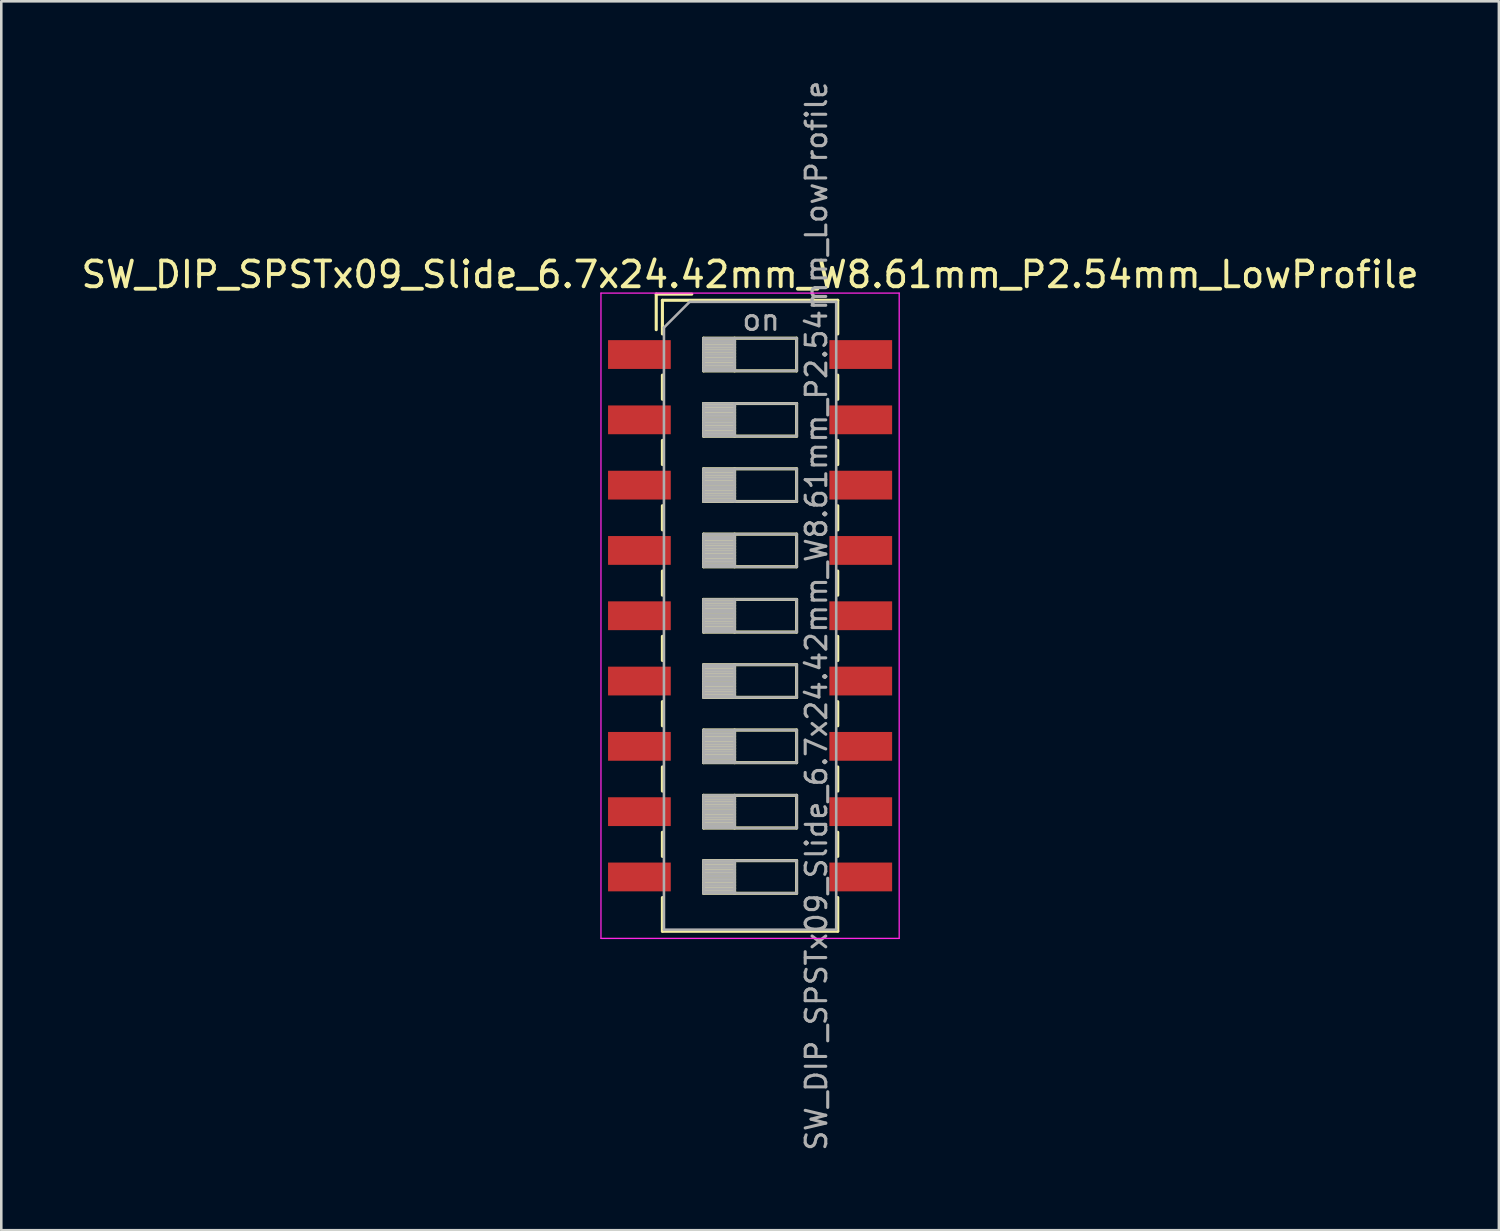
<source format=kicad_pcb>
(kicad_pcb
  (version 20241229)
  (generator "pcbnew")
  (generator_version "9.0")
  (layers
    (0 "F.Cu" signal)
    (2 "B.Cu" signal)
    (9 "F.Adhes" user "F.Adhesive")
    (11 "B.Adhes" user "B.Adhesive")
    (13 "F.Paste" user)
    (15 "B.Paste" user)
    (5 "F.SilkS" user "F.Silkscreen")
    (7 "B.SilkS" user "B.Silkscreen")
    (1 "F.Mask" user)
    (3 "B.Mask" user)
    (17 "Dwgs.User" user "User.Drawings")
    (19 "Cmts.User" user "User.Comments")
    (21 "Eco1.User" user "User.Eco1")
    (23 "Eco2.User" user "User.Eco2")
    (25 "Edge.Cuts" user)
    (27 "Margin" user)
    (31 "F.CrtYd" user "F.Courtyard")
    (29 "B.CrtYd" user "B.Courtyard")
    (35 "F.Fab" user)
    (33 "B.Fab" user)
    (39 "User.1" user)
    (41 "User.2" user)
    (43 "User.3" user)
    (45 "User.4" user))
  (footprint "SW_DIP_SPSTx09_Slide_6.7x24.42mm_W8.61mm_P2.54mm_LowProfile"
    (layer "F.Cu")
    (at 26.125 20.9)
    (property "Reference" "SW_DIP_SPSTx09_Slide_6.7x24.42mm_W8.61mm_P2.54mm_LowProfile" (at 0 -13.27 0) (layer "F.SilkS") (effects (font (size 1 1) (thickness 0.15))))
    (attr smd)
    (fp_line (start -3.65 -12.51) (end -3.65 -11.127) (stroke (width 0.12) (type solid)) (layer "F.SilkS"))
    (fp_line (start -3.65 -12.51) (end -2.267 -12.51) (stroke (width 0.12) (type solid)) (layer "F.SilkS"))
    (fp_line (start -3.41 -12.27) (end -3.41 -10.96) (stroke (width 0.12) (type solid)) (layer "F.SilkS"))
    (fp_line (start -3.41 -12.27) (end 3.41 -12.27) (stroke (width 0.12) (type solid)) (layer "F.SilkS"))
    (fp_line (start -3.41 -9.36) (end -3.41 -8.42) (stroke (width 0.12) (type solid)) (layer "F.SilkS"))
    (fp_line (start -3.41 -6.82) (end -3.41 -5.88) (stroke (width 0.12) (type solid)) (layer "F.SilkS"))
    (fp_line (start -3.41 -4.28) (end -3.41 -3.34) (stroke (width 0.12) (type solid)) (layer "F.SilkS"))
    (fp_line (start -3.41 -1.74) (end -3.41 -0.8) (stroke (width 0.12) (type solid)) (layer "F.SilkS"))
    (fp_line (start -3.41 0.8) (end -3.41 1.74) (stroke (width 0.12) (type solid)) (layer "F.SilkS"))
    (fp_line (start -3.41 3.34) (end -3.41 4.28) (stroke (width 0.12) (type solid)) (layer "F.SilkS"))
    (fp_line (start -3.41 5.88) (end -3.41 6.82) (stroke (width 0.12) (type solid)) (layer "F.SilkS"))
    (fp_line (start -3.41 8.42) (end -3.41 9.36) (stroke (width 0.12) (type solid)) (layer "F.SilkS"))
    (fp_line (start -3.41 10.96) (end -3.41 12.271) (stroke (width 0.12) (type solid)) (layer "F.SilkS"))
    (fp_line (start -3.41 12.271) (end 3.41 12.271) (stroke (width 0.12) (type solid)) (layer "F.SilkS"))
    (fp_line (start -1.81 -10.795) (end -1.81 -9.525) (stroke (width 0.12) (type solid)) (layer "F.SilkS"))
    (fp_line (start -1.81 -10.675) (end -0.603 -10.675) (stroke (width 0.12) (type solid)) (layer "F.SilkS"))
    (fp_line (start -1.81 -10.555) (end -0.603 -10.555) (stroke (width 0.12) (type solid)) (layer "F.SilkS"))
    (fp_line (start -1.81 -10.435) (end -0.603 -10.435) (stroke (width 0.12) (type solid)) (layer "F.SilkS"))
    (fp_line (start -1.81 -10.315) (end -0.603 -10.315) (stroke (width 0.12) (type solid)) (layer "F.SilkS"))
    (fp_line (start -1.81 -10.195) (end -0.603 -10.195) (stroke (width 0.12) (type solid)) (layer "F.SilkS"))
    (fp_line (start -1.81 -10.075) (end -0.603 -10.075) (stroke (width 0.12) (type solid)) (layer "F.SilkS"))
    (fp_line (start -1.81 -9.955) (end -0.603 -9.955) (stroke (width 0.12) (type solid)) (layer "F.SilkS"))
    (fp_line (start -1.81 -9.835) (end -0.603 -9.835) (stroke (width 0.12) (type solid)) (layer "F.SilkS"))
    (fp_line (start -1.81 -9.715) (end -0.603 -9.715) (stroke (width 0.12) (type solid)) (layer "F.SilkS"))
    (fp_line (start -1.81 -9.595) (end -0.603 -9.595) (stroke (width 0.12) (type solid)) (layer "F.SilkS"))
    (fp_line (start -1.81 -9.525) (end 1.81 -9.525) (stroke (width 0.12) (type solid)) (layer "F.SilkS"))
    (fp_line (start -1.81 -8.255) (end -1.81 -6.985) (stroke (width 0.12) (type solid)) (layer "F.SilkS"))
    (fp_line (start -1.81 -8.135) (end -0.603 -8.135) (stroke (width 0.12) (type solid)) (layer "F.SilkS"))
    (fp_line (start -1.81 -8.015) (end -0.603 -8.015) (stroke (width 0.12) (type solid)) (layer "F.SilkS"))
    (fp_line (start -1.81 -7.895) (end -0.603 -7.895) (stroke (width 0.12) (type solid)) (layer "F.SilkS"))
    (fp_line (start -1.81 -7.775) (end -0.603 -7.775) (stroke (width 0.12) (type solid)) (layer "F.SilkS"))
    (fp_line (start -1.81 -7.655) (end -0.603 -7.655) (stroke (width 0.12) (type solid)) (layer "F.SilkS"))
    (fp_line (start -1.81 -7.535) (end -0.603 -7.535) (stroke (width 0.12) (type solid)) (layer "F.SilkS"))
    (fp_line (start -1.81 -7.415) (end -0.603 -7.415) (stroke (width 0.12) (type solid)) (layer "F.SilkS"))
    (fp_line (start -1.81 -7.295) (end -0.603 -7.295) (stroke (width 0.12) (type solid)) (layer "F.SilkS"))
    (fp_line (start -1.81 -7.175) (end -0.603 -7.175) (stroke (width 0.12) (type solid)) (layer "F.SilkS"))
    (fp_line (start -1.81 -7.055) (end -0.603 -7.055) (stroke (width 0.12) (type solid)) (layer "F.SilkS"))
    (fp_line (start -1.81 -6.985) (end 1.81 -6.985) (stroke (width 0.12) (type solid)) (layer "F.SilkS"))
    (fp_line (start -1.81 -5.715) (end -1.81 -4.445) (stroke (width 0.12) (type solid)) (layer "F.SilkS"))
    (fp_line (start -1.81 -5.595) (end -0.603 -5.595) (stroke (width 0.12) (type solid)) (layer "F.SilkS"))
    (fp_line (start -1.81 -5.475) (end -0.603 -5.475) (stroke (width 0.12) (type solid)) (layer "F.SilkS"))
    (fp_line (start -1.81 -5.355) (end -0.603 -5.355) (stroke (width 0.12) (type solid)) (layer "F.SilkS"))
    (fp_line (start -1.81 -5.235) (end -0.603 -5.235) (stroke (width 0.12) (type solid)) (layer "F.SilkS"))
    (fp_line (start -1.81 -5.115) (end -0.603 -5.115) (stroke (width 0.12) (type solid)) (layer "F.SilkS"))
    (fp_line (start -1.81 -4.995) (end -0.603 -4.995) (stroke (width 0.12) (type solid)) (layer "F.SilkS"))
    (fp_line (start -1.81 -4.875) (end -0.603 -4.875) (stroke (width 0.12) (type solid)) (layer "F.SilkS"))
    (fp_line (start -1.81 -4.755) (end -0.603 -4.755) (stroke (width 0.12) (type solid)) (layer "F.SilkS"))
    (fp_line (start -1.81 -4.635) (end -0.603 -4.635) (stroke (width 0.12) (type solid)) (layer "F.SilkS"))
    (fp_line (start -1.81 -4.515) (end -0.603 -4.515) (stroke (width 0.12) (type solid)) (layer "F.SilkS"))
    (fp_line (start -1.81 -4.445) (end 1.81 -4.445) (stroke (width 0.12) (type solid)) (layer "F.SilkS"))
    (fp_line (start -1.81 -3.175) (end -1.81 -1.905) (stroke (width 0.12) (type solid)) (layer "F.SilkS"))
    (fp_line (start -1.81 -3.055) (end -0.603 -3.055) (stroke (width 0.12) (type solid)) (layer "F.SilkS"))
    (fp_line (start -1.81 -2.935) (end -0.603 -2.935) (stroke (width 0.12) (type solid)) (layer "F.SilkS"))
    (fp_line (start -1.81 -2.815) (end -0.603 -2.815) (stroke (width 0.12) (type solid)) (layer "F.SilkS"))
    (fp_line (start -1.81 -2.695) (end -0.603 -2.695) (stroke (width 0.12) (type solid)) (layer "F.SilkS"))
    (fp_line (start -1.81 -2.575) (end -0.603 -2.575) (stroke (width 0.12) (type solid)) (layer "F.SilkS"))
    (fp_line (start -1.81 -2.455) (end -0.603 -2.455) (stroke (width 0.12) (type solid)) (layer "F.SilkS"))
    (fp_line (start -1.81 -2.335) (end -0.603 -2.335) (stroke (width 0.12) (type solid)) (layer "F.SilkS"))
    (fp_line (start -1.81 -2.215) (end -0.603 -2.215) (stroke (width 0.12) (type solid)) (layer "F.SilkS"))
    (fp_line (start -1.81 -2.095) (end -0.603 -2.095) (stroke (width 0.12) (type solid)) (layer "F.SilkS"))
    (fp_line (start -1.81 -1.975) (end -0.603 -1.975) (stroke (width 0.12) (type solid)) (layer "F.SilkS"))
    (fp_line (start -1.81 -1.905) (end 1.81 -1.905) (stroke (width 0.12) (type solid)) (layer "F.SilkS"))
    (fp_line (start -1.81 -0.635) (end -1.81 0.635) (stroke (width 0.12) (type solid)) (layer "F.SilkS"))
    (fp_line (start -1.81 -0.515) (end -0.603 -0.515) (stroke (width 0.12) (type solid)) (layer "F.SilkS"))
    (fp_line (start -1.81 -0.395) (end -0.603 -0.395) (stroke (width 0.12) (type solid)) (layer "F.SilkS"))
    (fp_line (start -1.81 -0.275) (end -0.603 -0.275) (stroke (width 0.12) (type solid)) (layer "F.SilkS"))
    (fp_line (start -1.81 -0.155) (end -0.603 -0.155) (stroke (width 0.12) (type solid)) (layer "F.SilkS"))
    (fp_line (start -1.81 -0.035) (end -0.603 -0.035) (stroke (width 0.12) (type solid)) (layer "F.SilkS"))
    (fp_line (start -1.81 0.085) (end -0.603 0.085) (stroke (width 0.12) (type solid)) (layer "F.SilkS"))
    (fp_line (start -1.81 0.205) (end -0.603 0.205) (stroke (width 0.12) (type solid)) (layer "F.SilkS"))
    (fp_line (start -1.81 0.325) (end -0.603 0.325) (stroke (width 0.12) (type solid)) (layer "F.SilkS"))
    (fp_line (start -1.81 0.445) (end -0.603 0.445) (stroke (width 0.12) (type solid)) (layer "F.SilkS"))
    (fp_line (start -1.81 0.565) (end -0.603 0.565) (stroke (width 0.12) (type solid)) (layer "F.SilkS"))
    (fp_line (start -1.81 0.635) (end 1.81 0.635) (stroke (width 0.12) (type solid)) (layer "F.SilkS"))
    (fp_line (start -1.81 1.905) (end -1.81 3.175) (stroke (width 0.12) (type solid)) (layer "F.SilkS"))
    (fp_line (start -1.81 2.025) (end -0.603 2.025) (stroke (width 0.12) (type solid)) (layer "F.SilkS"))
    (fp_line (start -1.81 2.145) (end -0.603 2.145) (stroke (width 0.12) (type solid)) (layer "F.SilkS"))
    (fp_line (start -1.81 2.265) (end -0.603 2.265) (stroke (width 0.12) (type solid)) (layer "F.SilkS"))
    (fp_line (start -1.81 2.385) (end -0.603 2.385) (stroke (width 0.12) (type solid)) (layer "F.SilkS"))
    (fp_line (start -1.81 2.505) (end -0.603 2.505) (stroke (width 0.12) (type solid)) (layer "F.SilkS"))
    (fp_line (start -1.81 2.625) (end -0.603 2.625) (stroke (width 0.12) (type solid)) (layer "F.SilkS"))
    (fp_line (start -1.81 2.745) (end -0.603 2.745) (stroke (width 0.12) (type solid)) (layer "F.SilkS"))
    (fp_line (start -1.81 2.865) (end -0.603 2.865) (stroke (width 0.12) (type solid)) (layer "F.SilkS"))
    (fp_line (start -1.81 2.985) (end -0.603 2.985) (stroke (width 0.12) (type solid)) (layer "F.SilkS"))
    (fp_line (start -1.81 3.105) (end -0.603 3.105) (stroke (width 0.12) (type solid)) (layer "F.SilkS"))
    (fp_line (start -1.81 3.175) (end 1.81 3.175) (stroke (width 0.12) (type solid)) (layer "F.SilkS"))
    (fp_line (start -1.81 4.445) (end -1.81 5.715) (stroke (width 0.12) (type solid)) (layer "F.SilkS"))
    (fp_line (start -1.81 4.565) (end -0.603 4.565) (stroke (width 0.12) (type solid)) (layer "F.SilkS"))
    (fp_line (start -1.81 4.685) (end -0.603 4.685) (stroke (width 0.12) (type solid)) (layer "F.SilkS"))
    (fp_line (start -1.81 4.805) (end -0.603 4.805) (stroke (width 0.12) (type solid)) (layer "F.SilkS"))
    (fp_line (start -1.81 4.925) (end -0.603 4.925) (stroke (width 0.12) (type solid)) (layer "F.SilkS"))
    (fp_line (start -1.81 5.045) (end -0.603 5.045) (stroke (width 0.12) (type solid)) (layer "F.SilkS"))
    (fp_line (start -1.81 5.165) (end -0.603 5.165) (stroke (width 0.12) (type solid)) (layer "F.SilkS"))
    (fp_line (start -1.81 5.285) (end -0.603 5.285) (stroke (width 0.12) (type solid)) (layer "F.SilkS"))
    (fp_line (start -1.81 5.405) (end -0.603 5.405) (stroke (width 0.12) (type solid)) (layer "F.SilkS"))
    (fp_line (start -1.81 5.525) (end -0.603 5.525) (stroke (width 0.12) (type solid)) (layer "F.SilkS"))
    (fp_line (start -1.81 5.645) (end -0.603 5.645) (stroke (width 0.12) (type solid)) (layer "F.SilkS"))
    (fp_line (start -1.81 5.715) (end 1.81 5.715) (stroke (width 0.12) (type solid)) (layer "F.SilkS"))
    (fp_line (start -1.81 6.985) (end -1.81 8.255) (stroke (width 0.12) (type solid)) (layer "F.SilkS"))
    (fp_line (start -1.81 7.105) (end -0.603 7.105) (stroke (width 0.12) (type solid)) (layer "F.SilkS"))
    (fp_line (start -1.81 7.225) (end -0.603 7.225) (stroke (width 0.12) (type solid)) (layer "F.SilkS"))
    (fp_line (start -1.81 7.345) (end -0.603 7.345) (stroke (width 0.12) (type solid)) (layer "F.SilkS"))
    (fp_line (start -1.81 7.465) (end -0.603 7.465) (stroke (width 0.12) (type solid)) (layer "F.SilkS"))
    (fp_line (start -1.81 7.585) (end -0.603 7.585) (stroke (width 0.12) (type solid)) (layer "F.SilkS"))
    (fp_line (start -1.81 7.705) (end -0.603 7.705) (stroke (width 0.12) (type solid)) (layer "F.SilkS"))
    (fp_line (start -1.81 7.825) (end -0.603 7.825) (stroke (width 0.12) (type solid)) (layer "F.SilkS"))
    (fp_line (start -1.81 7.945) (end -0.603 7.945) (stroke (width 0.12) (type solid)) (layer "F.SilkS"))
    (fp_line (start -1.81 8.065) (end -0.603 8.065) (stroke (width 0.12) (type solid)) (layer "F.SilkS"))
    (fp_line (start -1.81 8.185) (end -0.603 8.185) (stroke (width 0.12) (type solid)) (layer "F.SilkS"))
    (fp_line (start -1.81 8.255) (end 1.81 8.255) (stroke (width 0.12) (type solid)) (layer "F.SilkS"))
    (fp_line (start -1.81 9.525) (end -1.81 10.795) (stroke (width 0.12) (type solid)) (layer "F.SilkS"))
    (fp_line (start -1.81 9.645) (end -0.603 9.645) (stroke (width 0.12) (type solid)) (layer "F.SilkS"))
    (fp_line (start -1.81 9.765) (end -0.603 9.765) (stroke (width 0.12) (type solid)) (layer "F.SilkS"))
    (fp_line (start -1.81 9.885) (end -0.603 9.885) (stroke (width 0.12) (type solid)) (layer "F.SilkS"))
    (fp_line (start -1.81 10.005) (end -0.603 10.005) (stroke (width 0.12) (type solid)) (layer "F.SilkS"))
    (fp_line (start -1.81 10.125) (end -0.603 10.125) (stroke (width 0.12) (type solid)) (layer "F.SilkS"))
    (fp_line (start -1.81 10.245) (end -0.603 10.245) (stroke (width 0.12) (type solid)) (layer "F.SilkS"))
    (fp_line (start -1.81 10.365) (end -0.603 10.365) (stroke (width 0.12) (type solid)) (layer "F.SilkS"))
    (fp_line (start -1.81 10.485) (end -0.603 10.485) (stroke (width 0.12) (type solid)) (layer "F.SilkS"))
    (fp_line (start -1.81 10.605) (end -0.603 10.605) (stroke (width 0.12) (type solid)) (layer "F.SilkS"))
    (fp_line (start -1.81 10.725) (end -0.603 10.725) (stroke (width 0.12) (type solid)) (layer "F.SilkS"))
    (fp_line (start -1.81 10.795) (end 1.81 10.795) (stroke (width 0.12) (type solid)) (layer "F.SilkS"))
    (fp_line (start -0.603 -10.795) (end -0.603 -9.525) (stroke (width 0.12) (type solid)) (layer "F.SilkS"))
    (fp_line (start -0.603 -8.255) (end -0.603 -6.985) (stroke (width 0.12) (type solid)) (layer "F.SilkS"))
    (fp_line (start -0.603 -5.715) (end -0.603 -4.445) (stroke (width 0.12) (type solid)) (layer "F.SilkS"))
    (fp_line (start -0.603 -3.175) (end -0.603 -1.905) (stroke (width 0.12) (type solid)) (layer "F.SilkS"))
    (fp_line (start -0.603 -0.635) (end -0.603 0.635) (stroke (width 0.12) (type solid)) (layer "F.SilkS"))
    (fp_line (start -0.603 1.905) (end -0.603 3.175) (stroke (width 0.12) (type solid)) (layer "F.SilkS"))
    (fp_line (start -0.603 4.445) (end -0.603 5.715) (stroke (width 0.12) (type solid)) (layer "F.SilkS"))
    (fp_line (start -0.603 6.985) (end -0.603 8.255) (stroke (width 0.12) (type solid)) (layer "F.SilkS"))
    (fp_line (start -0.603 9.525) (end -0.603 10.795) (stroke (width 0.12) (type solid)) (layer "F.SilkS"))
    (fp_line (start 1.81 -10.795) (end -1.81 -10.795) (stroke (width 0.12) (type solid)) (layer "F.SilkS"))
    (fp_line (start 1.81 -9.525) (end 1.81 -10.795) (stroke (width 0.12) (type solid)) (layer "F.SilkS"))
    (fp_line (start 1.81 -8.255) (end -1.81 -8.255) (stroke (width 0.12) (type solid)) (layer "F.SilkS"))
    (fp_line (start 1.81 -6.985) (end 1.81 -8.255) (stroke (width 0.12) (type solid)) (layer "F.SilkS"))
    (fp_line (start 1.81 -5.715) (end -1.81 -5.715) (stroke (width 0.12) (type solid)) (layer "F.SilkS"))
    (fp_line (start 1.81 -4.445) (end 1.81 -5.715) (stroke (width 0.12) (type solid)) (layer "F.SilkS"))
    (fp_line (start 1.81 -3.175) (end -1.81 -3.175) (stroke (width 0.12) (type solid)) (layer "F.SilkS"))
    (fp_line (start 1.81 -1.905) (end 1.81 -3.175) (stroke (width 0.12) (type solid)) (layer "F.SilkS"))
    (fp_line (start 1.81 -0.635) (end -1.81 -0.635) (stroke (width 0.12) (type solid)) (layer "F.SilkS"))
    (fp_line (start 1.81 0.635) (end 1.81 -0.635) (stroke (width 0.12) (type solid)) (layer "F.SilkS"))
    (fp_line (start 1.81 1.905) (end -1.81 1.905) (stroke (width 0.12) (type solid)) (layer "F.SilkS"))
    (fp_line (start 1.81 3.175) (end 1.81 1.905) (stroke (width 0.12) (type solid)) (layer "F.SilkS"))
    (fp_line (start 1.81 4.445) (end -1.81 4.445) (stroke (width 0.12) (type solid)) (layer "F.SilkS"))
    (fp_line (start 1.81 5.715) (end 1.81 4.445) (stroke (width 0.12) (type solid)) (layer "F.SilkS"))
    (fp_line (start 1.81 6.985) (end -1.81 6.985) (stroke (width 0.12) (type solid)) (layer "F.SilkS"))
    (fp_line (start 1.81 8.255) (end 1.81 6.985) (stroke (width 0.12) (type solid)) (layer "F.SilkS"))
    (fp_line (start 1.81 9.525) (end -1.81 9.525) (stroke (width 0.12) (type solid)) (layer "F.SilkS"))
    (fp_line (start 1.81 10.795) (end 1.81 9.525) (stroke (width 0.12) (type solid)) (layer "F.SilkS"))
    (fp_line (start 3.41 -12.27) (end 3.41 -10.96) (stroke (width 0.12) (type solid)) (layer "F.SilkS"))
    (fp_line (start 3.41 -9.359) (end 3.41 -8.419) (stroke (width 0.12) (type solid)) (layer "F.SilkS"))
    (fp_line (start 3.41 -6.819) (end 3.41 -5.879) (stroke (width 0.12) (type solid)) (layer "F.SilkS"))
    (fp_line (start 3.41 -4.279) (end 3.41 -3.339) (stroke (width 0.12) (type solid)) (layer "F.SilkS"))
    (fp_line (start 3.41 -1.739) (end 3.41 -0.799) (stroke (width 0.12) (type solid)) (layer "F.SilkS"))
    (fp_line (start 3.41 0.801) (end 3.41 1.741) (stroke (width 0.12) (type solid)) (layer "F.SilkS"))
    (fp_line (start 3.41 3.341) (end 3.41 4.281) (stroke (width 0.12) (type solid)) (layer "F.SilkS"))
    (fp_line (start 3.41 5.881) (end 3.41 6.82) (stroke (width 0.12) (type solid)) (layer "F.SilkS"))
    (fp_line (start 3.41 8.42) (end 3.41 9.36) (stroke (width 0.12) (type solid)) (layer "F.SilkS"))
    (fp_line (start 3.41 10.96) (end 3.41 12.271) (stroke (width 0.12) (type solid)) (layer "F.SilkS"))
    (fp_line (start -5.8 -12.55) (end -5.8 12.55) (stroke (width 0.05) (type solid)) (layer "F.CrtYd"))
    (fp_line (start -5.8 12.55) (end 5.8 12.55) (stroke (width 0.05) (type solid)) (layer "F.CrtYd"))
    (fp_line (start 5.8 -12.55) (end -5.8 -12.55) (stroke (width 0.05) (type solid)) (layer "F.CrtYd"))
    (fp_line (start 5.8 12.55) (end 5.8 -12.55) (stroke (width 0.05) (type solid)) (layer "F.CrtYd"))
    (fp_line (start -3.35 -11.21) (end -2.35 -12.21) (stroke (width 0.1) (type solid)) (layer "F.Fab"))
    (fp_line (start -3.35 12.21) (end -3.35 -11.21) (stroke (width 0.1) (type solid)) (layer "F.Fab"))
    (fp_line (start -2.35 -12.21) (end 3.35 -12.21) (stroke (width 0.1) (type solid)) (layer "F.Fab"))
    (fp_line (start -1.81 -10.795) (end -1.81 -9.525) (stroke (width 0.1) (type solid)) (layer "F.Fab"))
    (fp_line (start -1.81 -10.695) (end -0.603 -10.695) (stroke (width 0.1) (type solid)) (layer "F.Fab"))
    (fp_line (start -1.81 -10.595) (end -0.603 -10.595) (stroke (width 0.1) (type solid)) (layer "F.Fab"))
    (fp_line (start -1.81 -10.495) (end -0.603 -10.495) (stroke (width 0.1) (type solid)) (layer "F.Fab"))
    (fp_line (start -1.81 -10.395) (end -0.603 -10.395) (stroke (width 0.1) (type solid)) (layer "F.Fab"))
    (fp_line (start -1.81 -10.295) (end -0.603 -10.295) (stroke (width 0.1) (type solid)) (layer "F.Fab"))
    (fp_line (start -1.81 -10.195) (end -0.603 -10.195) (stroke (width 0.1) (type solid)) (layer "F.Fab"))
    (fp_line (start -1.81 -10.095) (end -0.603 -10.095) (stroke (width 0.1) (type solid)) (layer "F.Fab"))
    (fp_line (start -1.81 -9.995) (end -0.603 -9.995) (stroke (width 0.1) (type solid)) (layer "F.Fab"))
    (fp_line (start -1.81 -9.895) (end -0.603 -9.895) (stroke (width 0.1) (type solid)) (layer "F.Fab"))
    (fp_line (start -1.81 -9.795) (end -0.603 -9.795) (stroke (width 0.1) (type solid)) (layer "F.Fab"))
    (fp_line (start -1.81 -9.695) (end -0.603 -9.695) (stroke (width 0.1) (type solid)) (layer "F.Fab"))
    (fp_line (start -1.81 -9.595) (end -0.603 -9.595) (stroke (width 0.1) (type solid)) (layer "F.Fab"))
    (fp_line (start -1.81 -9.525) (end 1.81 -9.525) (stroke (width 0.1) (type solid)) (layer "F.Fab"))
    (fp_line (start -1.81 -8.255) (end -1.81 -6.985) (stroke (width 0.1) (type solid)) (layer "F.Fab"))
    (fp_line (start -1.81 -8.155) (end -0.603 -8.155) (stroke (width 0.1) (type solid)) (layer "F.Fab"))
    (fp_line (start -1.81 -8.055) (end -0.603 -8.055) (stroke (width 0.1) (type solid)) (layer "F.Fab"))
    (fp_line (start -1.81 -7.955) (end -0.603 -7.955) (stroke (width 0.1) (type solid)) (layer "F.Fab"))
    (fp_line (start -1.81 -7.855) (end -0.603 -7.855) (stroke (width 0.1) (type solid)) (layer "F.Fab"))
    (fp_line (start -1.81 -7.755) (end -0.603 -7.755) (stroke (width 0.1) (type solid)) (layer "F.Fab"))
    (fp_line (start -1.81 -7.655) (end -0.603 -7.655) (stroke (width 0.1) (type solid)) (layer "F.Fab"))
    (fp_line (start -1.81 -7.555) (end -0.603 -7.555) (stroke (width 0.1) (type solid)) (layer "F.Fab"))
    (fp_line (start -1.81 -7.455) (end -0.603 -7.455) (stroke (width 0.1) (type solid)) (layer "F.Fab"))
    (fp_line (start -1.81 -7.355) (end -0.603 -7.355) (stroke (width 0.1) (type solid)) (layer "F.Fab"))
    (fp_line (start -1.81 -7.255) (end -0.603 -7.255) (stroke (width 0.1) (type solid)) (layer "F.Fab"))
    (fp_line (start -1.81 -7.155) (end -0.603 -7.155) (stroke (width 0.1) (type solid)) (layer "F.Fab"))
    (fp_line (start -1.81 -7.055) (end -0.603 -7.055) (stroke (width 0.1) (type solid)) (layer "F.Fab"))
    (fp_line (start -1.81 -6.985) (end 1.81 -6.985) (stroke (width 0.1) (type solid)) (layer "F.Fab"))
    (fp_line (start -1.81 -5.715) (end -1.81 -4.445) (stroke (width 0.1) (type solid)) (layer "F.Fab"))
    (fp_line (start -1.81 -5.615) (end -0.603 -5.615) (stroke (width 0.1) (type solid)) (layer "F.Fab"))
    (fp_line (start -1.81 -5.515) (end -0.603 -5.515) (stroke (width 0.1) (type solid)) (layer "F.Fab"))
    (fp_line (start -1.81 -5.415) (end -0.603 -5.415) (stroke (width 0.1) (type solid)) (layer "F.Fab"))
    (fp_line (start -1.81 -5.315) (end -0.603 -5.315) (stroke (width 0.1) (type solid)) (layer "F.Fab"))
    (fp_line (start -1.81 -5.215) (end -0.603 -5.215) (stroke (width 0.1) (type solid)) (layer "F.Fab"))
    (fp_line (start -1.81 -5.115) (end -0.603 -5.115) (stroke (width 0.1) (type solid)) (layer "F.Fab"))
    (fp_line (start -1.81 -5.015) (end -0.603 -5.015) (stroke (width 0.1) (type solid)) (layer "F.Fab"))
    (fp_line (start -1.81 -4.915) (end -0.603 -4.915) (stroke (width 0.1) (type solid)) (layer "F.Fab"))
    (fp_line (start -1.81 -4.815) (end -0.603 -4.815) (stroke (width 0.1) (type solid)) (layer "F.Fab"))
    (fp_line (start -1.81 -4.715) (end -0.603 -4.715) (stroke (width 0.1) (type solid)) (layer "F.Fab"))
    (fp_line (start -1.81 -4.615) (end -0.603 -4.615) (stroke (width 0.1) (type solid)) (layer "F.Fab"))
    (fp_line (start -1.81 -4.515) (end -0.603 -4.515) (stroke (width 0.1) (type solid)) (layer "F.Fab"))
    (fp_line (start -1.81 -4.445) (end 1.81 -4.445) (stroke (width 0.1) (type solid)) (layer "F.Fab"))
    (fp_line (start -1.81 -3.175) (end -1.81 -1.905) (stroke (width 0.1) (type solid)) (layer "F.Fab"))
    (fp_line (start -1.81 -3.075) (end -0.603 -3.075) (stroke (width 0.1) (type solid)) (layer "F.Fab"))
    (fp_line (start -1.81 -2.975) (end -0.603 -2.975) (stroke (width 0.1) (type solid)) (layer "F.Fab"))
    (fp_line (start -1.81 -2.875) (end -0.603 -2.875) (stroke (width 0.1) (type solid)) (layer "F.Fab"))
    (fp_line (start -1.81 -2.775) (end -0.603 -2.775) (stroke (width 0.1) (type solid)) (layer "F.Fab"))
    (fp_line (start -1.81 -2.675) (end -0.603 -2.675) (stroke (width 0.1) (type solid)) (layer "F.Fab"))
    (fp_line (start -1.81 -2.575) (end -0.603 -2.575) (stroke (width 0.1) (type solid)) (layer "F.Fab"))
    (fp_line (start -1.81 -2.475) (end -0.603 -2.475) (stroke (width 0.1) (type solid)) (layer "F.Fab"))
    (fp_line (start -1.81 -2.375) (end -0.603 -2.375) (stroke (width 0.1) (type solid)) (layer "F.Fab"))
    (fp_line (start -1.81 -2.275) (end -0.603 -2.275) (stroke (width 0.1) (type solid)) (layer "F.Fab"))
    (fp_line (start -1.81 -2.175) (end -0.603 -2.175) (stroke (width 0.1) (type solid)) (layer "F.Fab"))
    (fp_line (start -1.81 -2.075) (end -0.603 -2.075) (stroke (width 0.1) (type solid)) (layer "F.Fab"))
    (fp_line (start -1.81 -1.975) (end -0.603 -1.975) (stroke (width 0.1) (type solid)) (layer "F.Fab"))
    (fp_line (start -1.81 -1.905) (end 1.81 -1.905) (stroke (width 0.1) (type solid)) (layer "F.Fab"))
    (fp_line (start -1.81 -0.635) (end -1.81 0.635) (stroke (width 0.1) (type solid)) (layer "F.Fab"))
    (fp_line (start -1.81 -0.535) (end -0.603 -0.535) (stroke (width 0.1) (type solid)) (layer "F.Fab"))
    (fp_line (start -1.81 -0.435) (end -0.603 -0.435) (stroke (width 0.1) (type solid)) (layer "F.Fab"))
    (fp_line (start -1.81 -0.335) (end -0.603 -0.335) (stroke (width 0.1) (type solid)) (layer "F.Fab"))
    (fp_line (start -1.81 -0.235) (end -0.603 -0.235) (stroke (width 0.1) (type solid)) (layer "F.Fab"))
    (fp_line (start -1.81 -0.135) (end -0.603 -0.135) (stroke (width 0.1) (type solid)) (layer "F.Fab"))
    (fp_line (start -1.81 -0.035) (end -0.603 -0.035) (stroke (width 0.1) (type solid)) (layer "F.Fab"))
    (fp_line (start -1.81 0.065) (end -0.603 0.065) (stroke (width 0.1) (type solid)) (layer "F.Fab"))
    (fp_line (start -1.81 0.165) (end -0.603 0.165) (stroke (width 0.1) (type solid)) (layer "F.Fab"))
    (fp_line (start -1.81 0.265) (end -0.603 0.265) (stroke (width 0.1) (type solid)) (layer "F.Fab"))
    (fp_line (start -1.81 0.365) (end -0.603 0.365) (stroke (width 0.1) (type solid)) (layer "F.Fab"))
    (fp_line (start -1.81 0.465) (end -0.603 0.465) (stroke (width 0.1) (type solid)) (layer "F.Fab"))
    (fp_line (start -1.81 0.565) (end -0.603 0.565) (stroke (width 0.1) (type solid)) (layer "F.Fab"))
    (fp_line (start -1.81 0.635) (end 1.81 0.635) (stroke (width 0.1) (type solid)) (layer "F.Fab"))
    (fp_line (start -1.81 1.905) (end -1.81 3.175) (stroke (width 0.1) (type solid)) (layer "F.Fab"))
    (fp_line (start -1.81 2.005) (end -0.603 2.005) (stroke (width 0.1) (type solid)) (layer "F.Fab"))
    (fp_line (start -1.81 2.105) (end -0.603 2.105) (stroke (width 0.1) (type solid)) (layer "F.Fab"))
    (fp_line (start -1.81 2.205) (end -0.603 2.205) (stroke (width 0.1) (type solid)) (layer "F.Fab"))
    (fp_line (start -1.81 2.305) (end -0.603 2.305) (stroke (width 0.1) (type solid)) (layer "F.Fab"))
    (fp_line (start -1.81 2.405) (end -0.603 2.405) (stroke (width 0.1) (type solid)) (layer "F.Fab"))
    (fp_line (start -1.81 2.505) (end -0.603 2.505) (stroke (width 0.1) (type solid)) (layer "F.Fab"))
    (fp_line (start -1.81 2.605) (end -0.603 2.605) (stroke (width 0.1) (type solid)) (layer "F.Fab"))
    (fp_line (start -1.81 2.705) (end -0.603 2.705) (stroke (width 0.1) (type solid)) (layer "F.Fab"))
    (fp_line (start -1.81 2.805) (end -0.603 2.805) (stroke (width 0.1) (type solid)) (layer "F.Fab"))
    (fp_line (start -1.81 2.905) (end -0.603 2.905) (stroke (width 0.1) (type solid)) (layer "F.Fab"))
    (fp_line (start -1.81 3.005) (end -0.603 3.005) (stroke (width 0.1) (type solid)) (layer "F.Fab"))
    (fp_line (start -1.81 3.105) (end -0.603 3.105) (stroke (width 0.1) (type solid)) (layer "F.Fab"))
    (fp_line (start -1.81 3.175) (end 1.81 3.175) (stroke (width 0.1) (type solid)) (layer "F.Fab"))
    (fp_line (start -1.81 4.445) (end -1.81 5.715) (stroke (width 0.1) (type solid)) (layer "F.Fab"))
    (fp_line (start -1.81 4.545) (end -0.603 4.545) (stroke (width 0.1) (type solid)) (layer "F.Fab"))
    (fp_line (start -1.81 4.645) (end -0.603 4.645) (stroke (width 0.1) (type solid)) (layer "F.Fab"))
    (fp_line (start -1.81 4.745) (end -0.603 4.745) (stroke (width 0.1) (type solid)) (layer "F.Fab"))
    (fp_line (start -1.81 4.845) (end -0.603 4.845) (stroke (width 0.1) (type solid)) (layer "F.Fab"))
    (fp_line (start -1.81 4.945) (end -0.603 4.945) (stroke (width 0.1) (type solid)) (layer "F.Fab"))
    (fp_line (start -1.81 5.045) (end -0.603 5.045) (stroke (width 0.1) (type solid)) (layer "F.Fab"))
    (fp_line (start -1.81 5.145) (end -0.603 5.145) (stroke (width 0.1) (type solid)) (layer "F.Fab"))
    (fp_line (start -1.81 5.245) (end -0.603 5.245) (stroke (width 0.1) (type solid)) (layer "F.Fab"))
    (fp_line (start -1.81 5.345) (end -0.603 5.345) (stroke (width 0.1) (type solid)) (layer "F.Fab"))
    (fp_line (start -1.81 5.445) (end -0.603 5.445) (stroke (width 0.1) (type solid)) (layer "F.Fab"))
    (fp_line (start -1.81 5.545) (end -0.603 5.545) (stroke (width 0.1) (type solid)) (layer "F.Fab"))
    (fp_line (start -1.81 5.645) (end -0.603 5.645) (stroke (width 0.1) (type solid)) (layer "F.Fab"))
    (fp_line (start -1.81 5.715) (end 1.81 5.715) (stroke (width 0.1) (type solid)) (layer "F.Fab"))
    (fp_line (start -1.81 6.985) (end -1.81 8.255) (stroke (width 0.1) (type solid)) (layer "F.Fab"))
    (fp_line (start -1.81 7.085) (end -0.603 7.085) (stroke (width 0.1) (type solid)) (layer "F.Fab"))
    (fp_line (start -1.81 7.185) (end -0.603 7.185) (stroke (width 0.1) (type solid)) (layer "F.Fab"))
    (fp_line (start -1.81 7.285) (end -0.603 7.285) (stroke (width 0.1) (type solid)) (layer "F.Fab"))
    (fp_line (start -1.81 7.385) (end -0.603 7.385) (stroke (width 0.1) (type solid)) (layer "F.Fab"))
    (fp_line (start -1.81 7.485) (end -0.603 7.485) (stroke (width 0.1) (type solid)) (layer "F.Fab"))
    (fp_line (start -1.81 7.585) (end -0.603 7.585) (stroke (width 0.1) (type solid)) (layer "F.Fab"))
    (fp_line (start -1.81 7.685) (end -0.603 7.685) (stroke (width 0.1) (type solid)) (layer "F.Fab"))
    (fp_line (start -1.81 7.785) (end -0.603 7.785) (stroke (width 0.1) (type solid)) (layer "F.Fab"))
    (fp_line (start -1.81 7.885) (end -0.603 7.885) (stroke (width 0.1) (type solid)) (layer "F.Fab"))
    (fp_line (start -1.81 7.985) (end -0.603 7.985) (stroke (width 0.1) (type solid)) (layer "F.Fab"))
    (fp_line (start -1.81 8.085) (end -0.603 8.085) (stroke (width 0.1) (type solid)) (layer "F.Fab"))
    (fp_line (start -1.81 8.185) (end -0.603 8.185) (stroke (width 0.1) (type solid)) (layer "F.Fab"))
    (fp_line (start -1.81 8.255) (end 1.81 8.255) (stroke (width 0.1) (type solid)) (layer "F.Fab"))
    (fp_line (start -1.81 9.525) (end -1.81 10.795) (stroke (width 0.1) (type solid)) (layer "F.Fab"))
    (fp_line (start -1.81 9.625) (end -0.603 9.625) (stroke (width 0.1) (type solid)) (layer "F.Fab"))
    (fp_line (start -1.81 9.725) (end -0.603 9.725) (stroke (width 0.1) (type solid)) (layer "F.Fab"))
    (fp_line (start -1.81 9.825) (end -0.603 9.825) (stroke (width 0.1) (type solid)) (layer "F.Fab"))
    (fp_line (start -1.81 9.925) (end -0.603 9.925) (stroke (width 0.1) (type solid)) (layer "F.Fab"))
    (fp_line (start -1.81 10.025) (end -0.603 10.025) (stroke (width 0.1) (type solid)) (layer "F.Fab"))
    (fp_line (start -1.81 10.125) (end -0.603 10.125) (stroke (width 0.1) (type solid)) (layer "F.Fab"))
    (fp_line (start -1.81 10.225) (end -0.603 10.225) (stroke (width 0.1) (type solid)) (layer "F.Fab"))
    (fp_line (start -1.81 10.325) (end -0.603 10.325) (stroke (width 0.1) (type solid)) (layer "F.Fab"))
    (fp_line (start -1.81 10.425) (end -0.603 10.425) (stroke (width 0.1) (type solid)) (layer "F.Fab"))
    (fp_line (start -1.81 10.525) (end -0.603 10.525) (stroke (width 0.1) (type solid)) (layer "F.Fab"))
    (fp_line (start -1.81 10.625) (end -0.603 10.625) (stroke (width 0.1) (type solid)) (layer "F.Fab"))
    (fp_line (start -1.81 10.725) (end -0.603 10.725) (stroke (width 0.1) (type solid)) (layer "F.Fab"))
    (fp_line (start -1.81 10.795) (end 1.81 10.795) (stroke (width 0.1) (type solid)) (layer "F.Fab"))
    (fp_line (start -0.603 -10.795) (end -0.603 -9.525) (stroke (width 0.1) (type solid)) (layer "F.Fab"))
    (fp_line (start -0.603 -8.255) (end -0.603 -6.985) (stroke (width 0.1) (type solid)) (layer "F.Fab"))
    (fp_line (start -0.603 -5.715) (end -0.603 -4.445) (stroke (width 0.1) (type solid)) (layer "F.Fab"))
    (fp_line (start -0.603 -3.175) (end -0.603 -1.905) (stroke (width 0.1) (type solid)) (layer "F.Fab"))
    (fp_line (start -0.603 -0.635) (end -0.603 0.635) (stroke (width 0.1) (type solid)) (layer "F.Fab"))
    (fp_line (start -0.603 1.905) (end -0.603 3.175) (stroke (width 0.1) (type solid)) (layer "F.Fab"))
    (fp_line (start -0.603 4.445) (end -0.603 5.715) (stroke (width 0.1) (type solid)) (layer "F.Fab"))
    (fp_line (start -0.603 6.985) (end -0.603 8.255) (stroke (width 0.1) (type solid)) (layer "F.Fab"))
    (fp_line (start -0.603 9.525) (end -0.603 10.795) (stroke (width 0.1) (type solid)) (layer "F.Fab"))
    (fp_line (start 1.81 -10.795) (end -1.81 -10.795) (stroke (width 0.1) (type solid)) (layer "F.Fab"))
    (fp_line (start 1.81 -9.525) (end 1.81 -10.795) (stroke (width 0.1) (type solid)) (layer "F.Fab"))
    (fp_line (start 1.81 -8.255) (end -1.81 -8.255) (stroke (width 0.1) (type solid)) (layer "F.Fab"))
    (fp_line (start 1.81 -6.985) (end 1.81 -8.255) (stroke (width 0.1) (type solid)) (layer "F.Fab"))
    (fp_line (start 1.81 -5.715) (end -1.81 -5.715) (stroke (width 0.1) (type solid)) (layer "F.Fab"))
    (fp_line (start 1.81 -4.445) (end 1.81 -5.715) (stroke (width 0.1) (type solid)) (layer "F.Fab"))
    (fp_line (start 1.81 -3.175) (end -1.81 -3.175) (stroke (width 0.1) (type solid)) (layer "F.Fab"))
    (fp_line (start 1.81 -1.905) (end 1.81 -3.175) (stroke (width 0.1) (type solid)) (layer "F.Fab"))
    (fp_line (start 1.81 -0.635) (end -1.81 -0.635) (stroke (width 0.1) (type solid)) (layer "F.Fab"))
    (fp_line (start 1.81 0.635) (end 1.81 -0.635) (stroke (width 0.1) (type solid)) (layer "F.Fab"))
    (fp_line (start 1.81 1.905) (end -1.81 1.905) (stroke (width 0.1) (type solid)) (layer "F.Fab"))
    (fp_line (start 1.81 3.175) (end 1.81 1.905) (stroke (width 0.1) (type solid)) (layer "F.Fab"))
    (fp_line (start 1.81 4.445) (end -1.81 4.445) (stroke (width 0.1) (type solid)) (layer "F.Fab"))
    (fp_line (start 1.81 5.715) (end 1.81 4.445) (stroke (width 0.1) (type solid)) (layer "F.Fab"))
    (fp_line (start 1.81 6.985) (end -1.81 6.985) (stroke (width 0.1) (type solid)) (layer "F.Fab"))
    (fp_line (start 1.81 8.255) (end 1.81 6.985) (stroke (width 0.1) (type solid)) (layer "F.Fab"))
    (fp_line (start 1.81 9.525) (end -1.81 9.525) (stroke (width 0.1) (type solid)) (layer "F.Fab"))
    (fp_line (start 1.81 10.795) (end 1.81 9.525) (stroke (width 0.1) (type solid)) (layer "F.Fab"))
    (fp_line (start 3.35 -12.21) (end 3.35 12.21) (stroke (width 0.1) (type solid)) (layer "F.Fab"))
    (fp_line (start 3.35 12.21) (end -3.35 12.21) (stroke (width 0.1) (type solid)) (layer "F.Fab"))
    (fp_text user "on" (at 0.427 -11.502 0) (layer "F.Fab") (effects (font (size 0.8 0.8) (thickness 0.12))))
    (fp_text user "${REFERENCE}" (at 2.58 0 90) (layer "F.Fab") (effects (font (size 0.8 0.8) (thickness 0.12))))
    (pad "1" smd rect (at -4.305 -10.16) (size 2.44 1.12) (layers "F.Cu" "F.Mask" "F.Paste"))
    (pad "2" smd rect (at -4.305 -7.62) (size 2.44 1.12) (layers "F.Cu" "F.Mask" "F.Paste"))
    (pad "3" smd rect (at -4.305 -5.08) (size 2.44 1.12) (layers "F.Cu" "F.Mask" "F.Paste"))
    (pad "4" smd rect (at -4.305 -2.54) (size 2.44 1.12) (layers "F.Cu" "F.Mask" "F.Paste"))
    (pad "5" smd rect (at -4.305 0) (size 2.44 1.12) (layers "F.Cu" "F.Mask" "F.Paste"))
    (pad "6" smd rect (at -4.305 2.54) (size 2.44 1.12) (layers "F.Cu" "F.Mask" "F.Paste"))
    (pad "7" smd rect (at -4.305 5.08) (size 2.44 1.12) (layers "F.Cu" "F.Mask" "F.Paste"))
    (pad "8" smd rect (at -4.305 7.62) (size 2.44 1.12) (layers "F.Cu" "F.Mask" "F.Paste"))
    (pad "9" smd rect (at -4.305 10.16) (size 2.44 1.12) (layers "F.Cu" "F.Mask" "F.Paste"))
    (pad "10" smd rect (at 4.305 10.16) (size 2.44 1.12) (layers "F.Cu" "F.Mask" "F.Paste"))
    (pad "11" smd rect (at 4.305 7.62) (size 2.44 1.12) (layers "F.Cu" "F.Mask" "F.Paste"))
    (pad "12" smd rect (at 4.305 5.08) (size 2.44 1.12) (layers "F.Cu" "F.Mask" "F.Paste"))
    (pad "13" smd rect (at 4.305 2.54) (size 2.44 1.12) (layers "F.Cu" "F.Mask" "F.Paste"))
    (pad "14" smd rect (at 4.305 0) (size 2.44 1.12) (layers "F.Cu" "F.Mask" "F.Paste"))
    (pad "15" smd rect (at 4.305 -2.54) (size 2.44 1.12) (layers "F.Cu" "F.Mask" "F.Paste"))
    (pad "16" smd rect (at 4.305 -5.08) (size 2.44 1.12) (layers "F.Cu" "F.Mask" "F.Paste"))
    (pad "17" smd rect (at 4.305 -7.62) (size 2.44 1.12) (layers "F.Cu" "F.Mask" "F.Paste"))
    (pad "18" smd rect (at 4.305 -10.16) (size 2.44 1.12) (layers "F.Cu" "F.Mask" "F.Paste")))
  (gr_rect
    (start -3 -3)
    (end 55.25 44.8)
    (stroke (width 0.1) (type default))
    (fill no)
    (layer "Edge.Cuts")))
</source>
